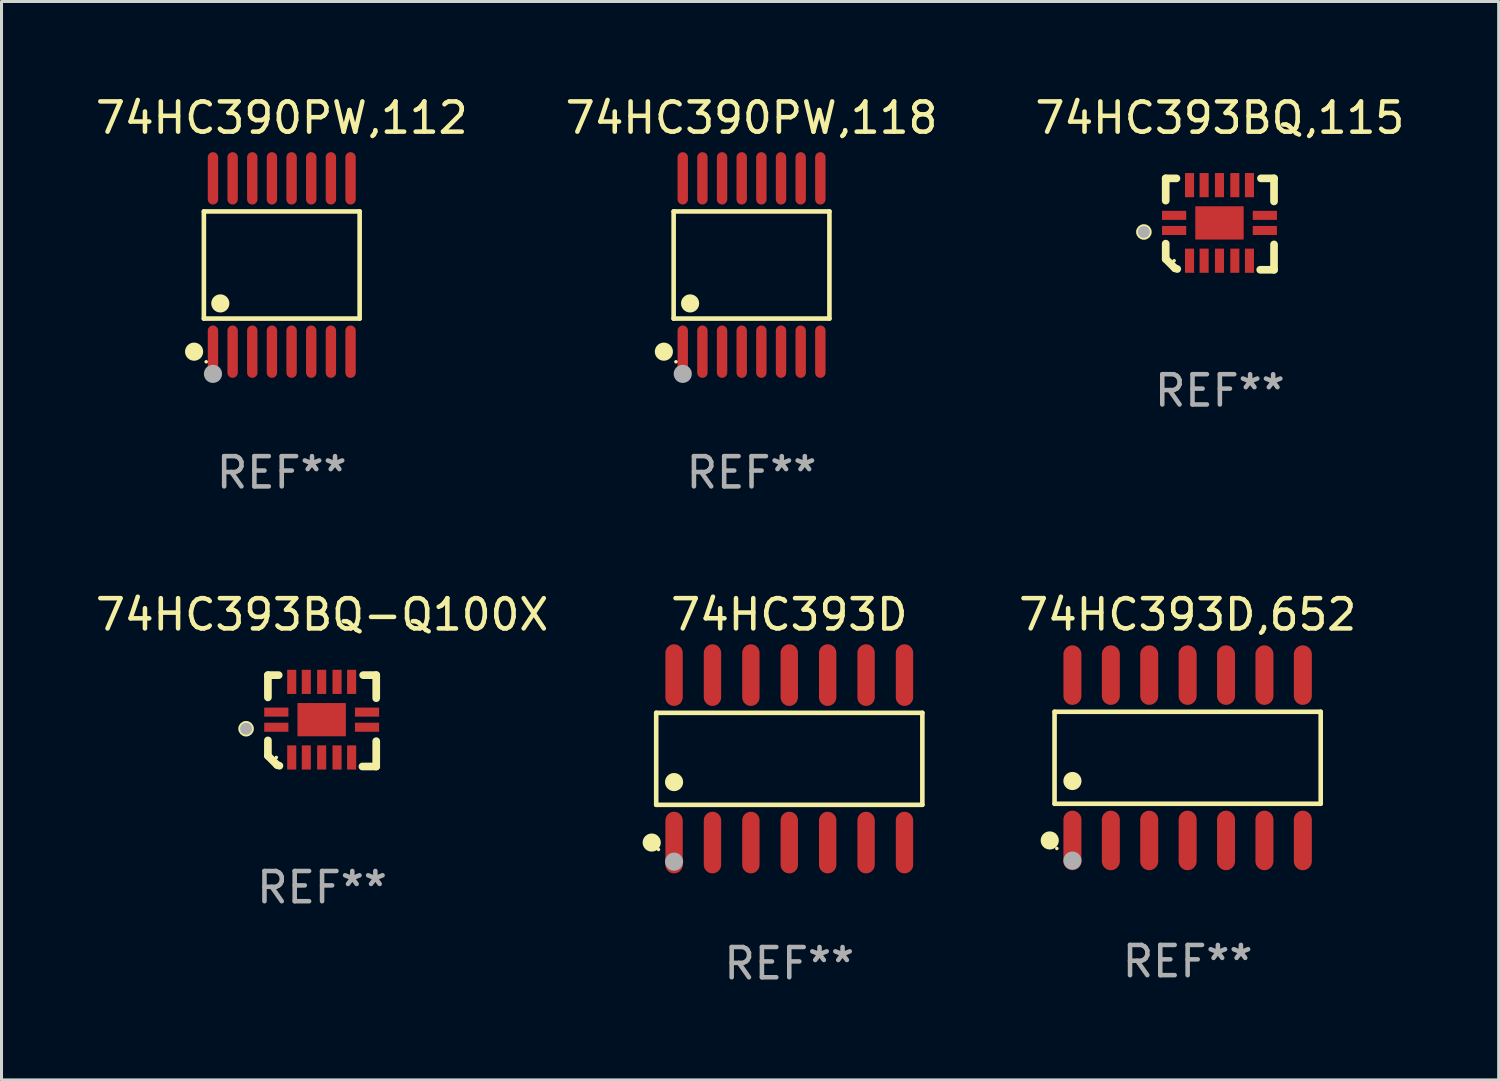
<source format=kicad_pcb>
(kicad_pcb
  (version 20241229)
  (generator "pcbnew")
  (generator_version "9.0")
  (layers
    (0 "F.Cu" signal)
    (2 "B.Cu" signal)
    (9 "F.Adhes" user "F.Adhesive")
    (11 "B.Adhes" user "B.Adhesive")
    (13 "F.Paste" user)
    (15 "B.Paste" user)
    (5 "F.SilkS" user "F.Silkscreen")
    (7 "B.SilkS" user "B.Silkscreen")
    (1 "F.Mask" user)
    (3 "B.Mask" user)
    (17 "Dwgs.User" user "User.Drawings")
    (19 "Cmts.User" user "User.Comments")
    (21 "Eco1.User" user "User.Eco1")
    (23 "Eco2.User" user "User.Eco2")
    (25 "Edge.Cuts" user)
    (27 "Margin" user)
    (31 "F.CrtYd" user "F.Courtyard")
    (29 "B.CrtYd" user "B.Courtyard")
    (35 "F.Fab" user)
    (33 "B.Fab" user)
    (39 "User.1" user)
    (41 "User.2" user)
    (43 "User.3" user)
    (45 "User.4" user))
  (footprint "74HC393D"
    (layer "F.Cu")
    (at 23.052 22.045)
    (property "Reference" "74HC393D" (at 0 -4.769 0) (layer "F.SilkS") (effects (font (size 1 1) (thickness 0.15))))
    (attr through_hole)
    (fp_line (start -4.401 -1.521) (end 4.401 -1.521) (stroke (width 0.152) (type solid)) (layer "F.SilkS"))
    (fp_line (start -4.401 1.521) (end -4.401 -1.521) (stroke (width 0.152) (type solid)) (layer "F.SilkS"))
    (fp_line (start 4.401 -1.521) (end 4.401 1.521) (stroke (width 0.152) (type solid)) (layer "F.SilkS"))
    (fp_line (start 4.401 1.521) (end -4.401 1.521) (stroke (width 0.152) (type solid)) (layer "F.SilkS"))
    (fp_circle (center -4.549 2.769) (end -4.399 2.769) (stroke (width 0.3) (type solid)) (fill no) (layer "F.SilkS"))
    (fp_circle (center -4.325 3) (end -4.295 3) (stroke (width 0.06) (type solid)) (fill no) (layer "F.SilkS"))
    (fp_circle (center -3.81 0.769) (end -3.66 0.769) (stroke (width 0.3) (type solid)) (fill no) (layer "F.SilkS"))
    (fp_circle (center -3.81 3.4) (end -3.66 3.4) (stroke (width 0.3) (type solid)) (fill no) (layer "F.Fab"))
    (fp_text user "REF**" (at 0 6.769 0) (layer "F.Fab") (effects (font (size 1 1) (thickness 0.15))))
    (pad "1" smd oval (at -3.81 2.769) (size 0.574 2.038) (layers "F.Cu" "F.Mask" "F.Paste"))
    (pad "2" smd oval (at -2.54 2.769) (size 0.574 2.038) (layers "F.Cu" "F.Mask" "F.Paste"))
    (pad "3" smd oval (at -1.27 2.769) (size 0.574 2.038) (layers "F.Cu" "F.Mask" "F.Paste"))
    (pad "4" smd oval (at 0 2.769) (size 0.574 2.038) (layers "F.Cu" "F.Mask" "F.Paste"))
    (pad "5" smd oval (at 1.27 2.769) (size 0.574 2.038) (layers "F.Cu" "F.Mask" "F.Paste"))
    (pad "6" smd oval (at 2.54 2.769) (size 0.574 2.038) (layers "F.Cu" "F.Mask" "F.Paste"))
    (pad "7" smd oval (at 3.81 2.769) (size 0.574 2.038) (layers "F.Cu" "F.Mask" "F.Paste"))
    (pad "8" smd oval (at 3.81 -2.769) (size 0.574 2.038) (layers "F.Cu" "F.Mask" "F.Paste"))
    (pad "9" smd oval (at 2.54 -2.769) (size 0.574 2.038) (layers "F.Cu" "F.Mask" "F.Paste"))
    (pad "10" smd oval (at 1.27 -2.769) (size 0.574 2.038) (layers "F.Cu" "F.Mask" "F.Paste"))
    (pad "11" smd oval (at 0 -2.769) (size 0.574 2.038) (layers "F.Cu" "F.Mask" "F.Paste"))
    (pad "12" smd oval (at -1.27 -2.769) (size 0.574 2.038) (layers "F.Cu" "F.Mask" "F.Paste"))
    (pad "13" smd oval (at -2.54 -2.769) (size 0.574 2.038) (layers "F.Cu" "F.Mask" "F.Paste"))
    (pad "14" smd oval (at -3.81 -2.769) (size 0.574 2.038) (layers "F.Cu" "F.Mask" "F.Paste")))
  (footprint "74HC390PW,112"
    (layer "F.Cu")
    (at 6.268 5.714)
    (property "Reference" "74HC390PW,112" (at 0 -4.866 0) (layer "F.SilkS") (effects (font (size 1 1) (thickness 0.15))))
    (attr through_hole)
    (fp_line (start -2.576 -1.772) (end 2.576 -1.772) (stroke (width 0.152) (type solid)) (layer "F.SilkS"))
    (fp_line (start -2.576 1.771) (end -2.576 -1.772) (stroke (width 0.152) (type solid)) (layer "F.SilkS"))
    (fp_line (start 2.576 -1.772) (end 2.576 1.771) (stroke (width 0.152) (type solid)) (layer "F.SilkS"))
    (fp_line (start 2.576 1.771) (end -2.576 1.771) (stroke (width 0.152) (type solid)) (layer "F.SilkS"))
    (fp_circle (center -2.899 2.866) (end -2.749 2.866) (stroke (width 0.3) (type solid)) (fill no) (layer "F.SilkS"))
    (fp_circle (center -2.5 3.2) (end -2.47 3.2) (stroke (width 0.06) (type solid)) (fill no) (layer "F.SilkS"))
    (fp_circle (center -2.032 1.27) (end -1.882 1.27) (stroke (width 0.3) (type solid)) (fill no) (layer "F.SilkS"))
    (fp_circle (center -2.275 3.6) (end -2.125 3.6) (stroke (width 0.3) (type solid)) (fill no) (layer "F.Fab"))
    (fp_text user "REF**" (at 0 6.866 0) (layer "F.Fab") (effects (font (size 1 1) (thickness 0.15))))
    (pad "1" smd oval (at -2.275 2.866) (size 0.343 1.731) (layers "F.Cu" "F.Mask" "F.Paste"))
    (pad "2" smd oval (at -1.625 2.866) (size 0.343 1.731) (layers "F.Cu" "F.Mask" "F.Paste"))
    (pad "3" smd oval (at -0.975 2.866) (size 0.343 1.731) (layers "F.Cu" "F.Mask" "F.Paste"))
    (pad "4" smd oval (at -0.325 2.866) (size 0.343 1.731) (layers "F.Cu" "F.Mask" "F.Paste"))
    (pad "5" smd oval (at 0.325 2.866) (size 0.343 1.731) (layers "F.Cu" "F.Mask" "F.Paste"))
    (pad "6" smd oval (at 0.975 2.866) (size 0.343 1.731) (layers "F.Cu" "F.Mask" "F.Paste"))
    (pad "7" smd oval (at 1.625 2.866) (size 0.343 1.731) (layers "F.Cu" "F.Mask" "F.Paste"))
    (pad "8" smd oval (at 2.275 2.866) (size 0.343 1.731) (layers "F.Cu" "F.Mask" "F.Paste"))
    (pad "9" smd oval (at 2.275 -2.866) (size 0.343 1.731) (layers "F.Cu" "F.Mask" "F.Paste"))
    (pad "10" smd oval (at 1.625 -2.866) (size 0.343 1.731) (layers "F.Cu" "F.Mask" "F.Paste"))
    (pad "11" smd oval (at 0.975 -2.866) (size 0.343 1.731) (layers "F.Cu" "F.Mask" "F.Paste"))
    (pad "12" smd oval (at 0.325 -2.866) (size 0.343 1.731) (layers "F.Cu" "F.Mask" "F.Paste"))
    (pad "13" smd oval (at -0.325 -2.866) (size 0.343 1.731) (layers "F.Cu" "F.Mask" "F.Paste"))
    (pad "14" smd oval (at -0.975 -2.866) (size 0.343 1.731) (layers "F.Cu" "F.Mask" "F.Paste"))
    (pad "15" smd oval (at -1.625 -2.866) (size 0.343 1.731) (layers "F.Cu" "F.Mask" "F.Paste"))
    (pad "16" smd oval (at -2.275 -2.866) (size 0.343 1.731) (layers "F.Cu" "F.Mask" "F.Paste")))
  (footprint "74HC393BQ-Q100X"
    (layer "F.Cu")
    (at 7.601 20.788)
    (property "Reference" "74HC393BQ-Q100X" (at 0 -3.511 0) (layer "F.SilkS") (effects (font (size 1 1) (thickness 0.15))))
    (attr through_hole)
    (fp_line (start -1.791 -1.511) (end -1.435 -1.511) (stroke (width 0.254) (type solid)) (layer "F.SilkS"))
    (fp_line (start -1.791 -0.775) (end -1.791 -1.511) (stroke (width 0.254) (type solid)) (layer "F.SilkS"))
    (fp_line (start -1.791 1.156) (end -1.791 0.648) (stroke (width 0.254) (type solid)) (layer "F.SilkS"))
    (fp_line (start -1.486 1.461) (end -1.791 1.156) (stroke (width 0.254) (type solid)) (layer "F.SilkS"))
    (fp_line (start -1.41 1.486) (end -1.486 1.461) (stroke (width 0.254) (type solid)) (layer "F.SilkS"))
    (fp_line (start 1.334 1.511) (end 1.791 1.511) (stroke (width 0.254) (type solid)) (layer "F.SilkS"))
    (fp_line (start 1.791 -1.511) (end 1.359 -1.511) (stroke (width 0.254) (type solid)) (layer "F.SilkS"))
    (fp_line (start 1.791 -0.749) (end 1.791 -1.511) (stroke (width 0.254) (type solid)) (layer "F.SilkS"))
    (fp_line (start 1.791 1.511) (end 1.791 0.673) (stroke (width 0.254) (type solid)) (layer "F.SilkS"))
    (fp_circle (center -2.513 0.262) (end -2.383 0.262) (stroke (width 0.254) (type solid)) (fill no) (layer "F.SilkS"))
    (fp_circle (center -1.513 1.212) (end -1.483 1.212) (stroke (width 0.06) (type solid)) (fill no) (layer "F.SilkS"))
    (fp_circle (center -2.513 0.262) (end -2.413 0.262) (stroke (width 0.2) (type solid)) (fill no) (layer "F.Fab"))
    (fp_text user "REF**" (at 0 5.511 0) (layer "F.Fab") (effects (font (size 1 1) (thickness 0.15))))
    (pad "1" smd rect (at -1.513 0.212) (size 0.8 0.3) (layers "F.Cu" "F.Mask" "F.Paste"))
    (pad "2" smd rect (at -1.003 1.212) (size 0.3 0.8) (layers "F.Cu" "F.Mask" "F.Paste"))
    (pad "3" smd rect (at -0.521 1.212) (size 0.3 0.8) (layers "F.Cu" "F.Mask" "F.Paste"))
    (pad "4" smd rect (at -0.013 1.212) (size 0.3 0.8) (layers "F.Cu" "F.Mask" "F.Paste"))
    (pad "5" smd rect (at 0.495 1.212) (size 0.3 0.8) (layers "F.Cu" "F.Mask" "F.Paste"))
    (pad "6" smd rect (at 0.978 1.212) (size 0.3 0.8) (layers "F.Cu" "F.Mask" "F.Paste"))
    (pad "7" smd rect (at 1.487 0.212) (size 0.8 0.3) (layers "F.Cu" "F.Mask" "F.Paste"))
    (pad "8" smd rect (at 1.487 -0.288) (size 0.8 0.3) (layers "F.Cu" "F.Mask" "F.Paste"))
    (pad "9" smd rect (at 0.978 -1.288) (size 0.3 0.8) (layers "F.Cu" "F.Mask" "F.Paste"))
    (pad "10" smd rect (at 0.495 -1.288) (size 0.3 0.8) (layers "F.Cu" "F.Mask" "F.Paste"))
    (pad "11" smd rect (at -0.013 -1.288) (size 0.3 0.8) (layers "F.Cu" "F.Mask" "F.Paste"))
    (pad "12" smd rect (at -0.521 -1.288) (size 0.3 0.8) (layers "F.Cu" "F.Mask" "F.Paste"))
    (pad "13" smd rect (at -1.003 -1.288) (size 0.3 0.8) (layers "F.Cu" "F.Mask" "F.Paste"))
    (pad "14" smd rect (at -1.513 -0.288) (size 0.8 0.3) (layers "F.Cu" "F.Mask" "F.Paste"))
    (pad "15" smd rect (at -0.013 -0.038 90) (size 1.1 1.6) (layers "F.Cu" "F.Mask" "F.Paste")))
  (footprint "74HC393D,652"
    (layer "F.Cu")
    (at 36.226 22.01)
    (property "Reference" "74HC393D,652" (at 0 -4.734 0) (layer "F.SilkS") (effects (font (size 1 1) (thickness 0.15))))
    (attr through_hole)
    (fp_line (start -4.401 -1.521) (end 4.401 -1.521) (stroke (width 0.152) (type solid)) (layer "F.SilkS"))
    (fp_line (start -4.401 1.521) (end -4.401 -1.521) (stroke (width 0.152) (type solid)) (layer "F.SilkS"))
    (fp_line (start 4.401 -1.521) (end 4.401 1.521) (stroke (width 0.152) (type solid)) (layer "F.SilkS"))
    (fp_line (start 4.401 1.521) (end -4.401 1.521) (stroke (width 0.152) (type solid)) (layer "F.SilkS"))
    (fp_circle (center -4.56 2.734) (end -4.41 2.734) (stroke (width 0.3) (type solid)) (fill no) (layer "F.SilkS"))
    (fp_circle (center -4.325 3) (end -4.295 3) (stroke (width 0.06) (type solid)) (fill no) (layer "F.SilkS"))
    (fp_circle (center -3.81 0.769) (end -3.66 0.769) (stroke (width 0.3) (type solid)) (fill no) (layer "F.SilkS"))
    (fp_circle (center -3.81 3.4) (end -3.66 3.4) (stroke (width 0.3) (type solid)) (fill no) (layer "F.Fab"))
    (fp_text user "REF**" (at 0 6.734 0) (layer "F.Fab") (effects (font (size 1 1) (thickness 0.15))))
    (pad "1" smd oval (at -3.81 2.734) (size 0.595 1.968) (layers "F.Cu" "F.Mask" "F.Paste"))
    (pad "2" smd oval (at -2.54 2.734) (size 0.595 1.968) (layers "F.Cu" "F.Mask" "F.Paste"))
    (pad "3" smd oval (at -1.27 2.734) (size 0.595 1.968) (layers "F.Cu" "F.Mask" "F.Paste"))
    (pad "4" smd oval (at 0 2.734) (size 0.595 1.968) (layers "F.Cu" "F.Mask" "F.Paste"))
    (pad "5" smd oval (at 1.27 2.734) (size 0.595 1.968) (layers "F.Cu" "F.Mask" "F.Paste"))
    (pad "6" smd oval (at 2.54 2.734) (size 0.595 1.968) (layers "F.Cu" "F.Mask" "F.Paste"))
    (pad "7" smd oval (at 3.81 2.734) (size 0.595 1.968) (layers "F.Cu" "F.Mask" "F.Paste"))
    (pad "8" smd oval (at 3.81 -2.734) (size 0.595 1.968) (layers "F.Cu" "F.Mask" "F.Paste"))
    (pad "9" smd oval (at 2.54 -2.734) (size 0.595 1.968) (layers "F.Cu" "F.Mask" "F.Paste"))
    (pad "10" smd oval (at 1.27 -2.734) (size 0.595 1.968) (layers "F.Cu" "F.Mask" "F.Paste"))
    (pad "11" smd oval (at 0 -2.734) (size 0.595 1.968) (layers "F.Cu" "F.Mask" "F.Paste"))
    (pad "12" smd oval (at -1.27 -2.734) (size 0.595 1.968) (layers "F.Cu" "F.Mask" "F.Paste"))
    (pad "13" smd oval (at -2.54 -2.734) (size 0.595 1.968) (layers "F.Cu" "F.Mask" "F.Paste"))
    (pad "14" smd oval (at -3.81 -2.734) (size 0.595 1.968) (layers "F.Cu" "F.Mask" "F.Paste")))
  (footprint "74HC393BQ,115"
    (layer "F.Cu")
    (at 37.292 4.36)
    (property "Reference" "74HC393BQ,115" (at 0 -3.511 0) (layer "F.SilkS") (effects (font (size 1 1) (thickness 0.15))))
    (attr through_hole)
    (fp_line (start -1.791 -1.511) (end -1.435 -1.511) (stroke (width 0.254) (type solid)) (layer "F.SilkS"))
    (fp_line (start -1.791 -0.775) (end -1.791 -1.511) (stroke (width 0.254) (type solid)) (layer "F.SilkS"))
    (fp_line (start -1.791 1.156) (end -1.791 0.648) (stroke (width 0.254) (type solid)) (layer "F.SilkS"))
    (fp_line (start -1.486 1.461) (end -1.791 1.156) (stroke (width 0.254) (type solid)) (layer "F.SilkS"))
    (fp_line (start -1.41 1.486) (end -1.486 1.461) (stroke (width 0.254) (type solid)) (layer "F.SilkS"))
    (fp_line (start 1.334 1.511) (end 1.791 1.511) (stroke (width 0.254) (type solid)) (layer "F.SilkS"))
    (fp_line (start 1.791 -1.511) (end 1.359 -1.511) (stroke (width 0.254) (type solid)) (layer "F.SilkS"))
    (fp_line (start 1.791 -0.749) (end 1.791 -1.511) (stroke (width 0.254) (type solid)) (layer "F.SilkS"))
    (fp_line (start 1.791 1.511) (end 1.791 0.673) (stroke (width 0.254) (type solid)) (layer "F.SilkS"))
    (fp_circle (center -2.513 0.262) (end -2.383 0.262) (stroke (width 0.254) (type solid)) (fill no) (layer "F.SilkS"))
    (fp_circle (center -1.513 1.212) (end -1.483 1.212) (stroke (width 0.06) (type solid)) (fill no) (layer "F.SilkS"))
    (fp_circle (center -2.513 0.262) (end -2.413 0.262) (stroke (width 0.2) (type solid)) (fill no) (layer "F.Fab"))
    (fp_text user "REF**" (at 0 5.511 0) (layer "F.Fab") (effects (font (size 1 1) (thickness 0.15))))
    (pad "1" smd rect (at -1.513 0.212) (size 0.8 0.3) (layers "F.Cu" "F.Mask" "F.Paste"))
    (pad "2" smd rect (at -1.003 1.212) (size 0.3 0.8) (layers "F.Cu" "F.Mask" "F.Paste"))
    (pad "3" smd rect (at -0.521 1.212) (size 0.3 0.8) (layers "F.Cu" "F.Mask" "F.Paste"))
    (pad "4" smd rect (at -0.013 1.212) (size 0.3 0.8) (layers "F.Cu" "F.Mask" "F.Paste"))
    (pad "5" smd rect (at 0.495 1.212) (size 0.3 0.8) (layers "F.Cu" "F.Mask" "F.Paste"))
    (pad "6" smd rect (at 0.978 1.212) (size 0.3 0.8) (layers "F.Cu" "F.Mask" "F.Paste"))
    (pad "7" smd rect (at 1.487 0.212) (size 0.8 0.3) (layers "F.Cu" "F.Mask" "F.Paste"))
    (pad "8" smd rect (at 1.487 -0.288) (size 0.8 0.3) (layers "F.Cu" "F.Mask" "F.Paste"))
    (pad "9" smd rect (at 0.978 -1.288) (size 0.3 0.8) (layers "F.Cu" "F.Mask" "F.Paste"))
    (pad "10" smd rect (at 0.495 -1.288) (size 0.3 0.8) (layers "F.Cu" "F.Mask" "F.Paste"))
    (pad "11" smd rect (at -0.013 -1.288) (size 0.3 0.8) (layers "F.Cu" "F.Mask" "F.Paste"))
    (pad "12" smd rect (at -0.521 -1.288) (size 0.3 0.8) (layers "F.Cu" "F.Mask" "F.Paste"))
    (pad "13" smd rect (at -1.003 -1.288) (size 0.3 0.8) (layers "F.Cu" "F.Mask" "F.Paste"))
    (pad "14" smd rect (at -1.513 -0.288) (size 0.8 0.3) (layers "F.Cu" "F.Mask" "F.Paste"))
    (pad "15" smd rect (at -0.013 -0.038 90) (size 1.1 1.6) (layers "F.Cu" "F.Mask" "F.Paste")))
  (footprint "74HC390PW,118"
    (layer "F.Cu")
    (at 21.804 5.714)
    (property "Reference" "74HC390PW,118" (at 0 -4.866 0) (layer "F.SilkS") (effects (font (size 1 1) (thickness 0.15))))
    (attr through_hole)
    (fp_line (start -2.576 -1.772) (end 2.576 -1.772) (stroke (width 0.152) (type solid)) (layer "F.SilkS"))
    (fp_line (start -2.576 1.771) (end -2.576 -1.772) (stroke (width 0.152) (type solid)) (layer "F.SilkS"))
    (fp_line (start 2.576 -1.772) (end 2.576 1.771) (stroke (width 0.152) (type solid)) (layer "F.SilkS"))
    (fp_line (start 2.576 1.771) (end -2.576 1.771) (stroke (width 0.152) (type solid)) (layer "F.SilkS"))
    (fp_circle (center -2.899 2.866) (end -2.749 2.866) (stroke (width 0.3) (type solid)) (fill no) (layer "F.SilkS"))
    (fp_circle (center -2.5 3.2) (end -2.47 3.2) (stroke (width 0.06) (type solid)) (fill no) (layer "F.SilkS"))
    (fp_circle (center -2.032 1.27) (end -1.882 1.27) (stroke (width 0.3) (type solid)) (fill no) (layer "F.SilkS"))
    (fp_circle (center -2.275 3.6) (end -2.125 3.6) (stroke (width 0.3) (type solid)) (fill no) (layer "F.Fab"))
    (fp_text user "REF**" (at 0 6.866 0) (layer "F.Fab") (effects (font (size 1 1) (thickness 0.15))))
    (pad "1" smd oval (at -2.275 2.866) (size 0.343 1.731) (layers "F.Cu" "F.Mask" "F.Paste"))
    (pad "2" smd oval (at -1.625 2.866) (size 0.343 1.731) (layers "F.Cu" "F.Mask" "F.Paste"))
    (pad "3" smd oval (at -0.975 2.866) (size 0.343 1.731) (layers "F.Cu" "F.Mask" "F.Paste"))
    (pad "4" smd oval (at -0.325 2.866) (size 0.343 1.731) (layers "F.Cu" "F.Mask" "F.Paste"))
    (pad "5" smd oval (at 0.325 2.866) (size 0.343 1.731) (layers "F.Cu" "F.Mask" "F.Paste"))
    (pad "6" smd oval (at 0.975 2.866) (size 0.343 1.731) (layers "F.Cu" "F.Mask" "F.Paste"))
    (pad "7" smd oval (at 1.625 2.866) (size 0.343 1.731) (layers "F.Cu" "F.Mask" "F.Paste"))
    (pad "8" smd oval (at 2.275 2.866) (size 0.343 1.731) (layers "F.Cu" "F.Mask" "F.Paste"))
    (pad "9" smd oval (at 2.275 -2.866) (size 0.343 1.731) (layers "F.Cu" "F.Mask" "F.Paste"))
    (pad "10" smd oval (at 1.625 -2.866) (size 0.343 1.731) (layers "F.Cu" "F.Mask" "F.Paste"))
    (pad "11" smd oval (at 0.975 -2.866) (size 0.343 1.731) (layers "F.Cu" "F.Mask" "F.Paste"))
    (pad "12" smd oval (at 0.325 -2.866) (size 0.343 1.731) (layers "F.Cu" "F.Mask" "F.Paste"))
    (pad "13" smd oval (at -0.325 -2.866) (size 0.343 1.731) (layers "F.Cu" "F.Mask" "F.Paste"))
    (pad "14" smd oval (at -0.975 -2.866) (size 0.343 1.731) (layers "F.Cu" "F.Mask" "F.Paste"))
    (pad "15" smd oval (at -1.625 -2.866) (size 0.343 1.731) (layers "F.Cu" "F.Mask" "F.Paste"))
    (pad "16" smd oval (at -2.275 -2.866) (size 0.343 1.731) (layers "F.Cu" "F.Mask" "F.Paste")))
  (gr_rect
    (start -3 -3)
    (end 46.512 32.663)
    (stroke (width 0.1) (type default))
    (fill no)
    (layer "Edge.Cuts")))
</source>
